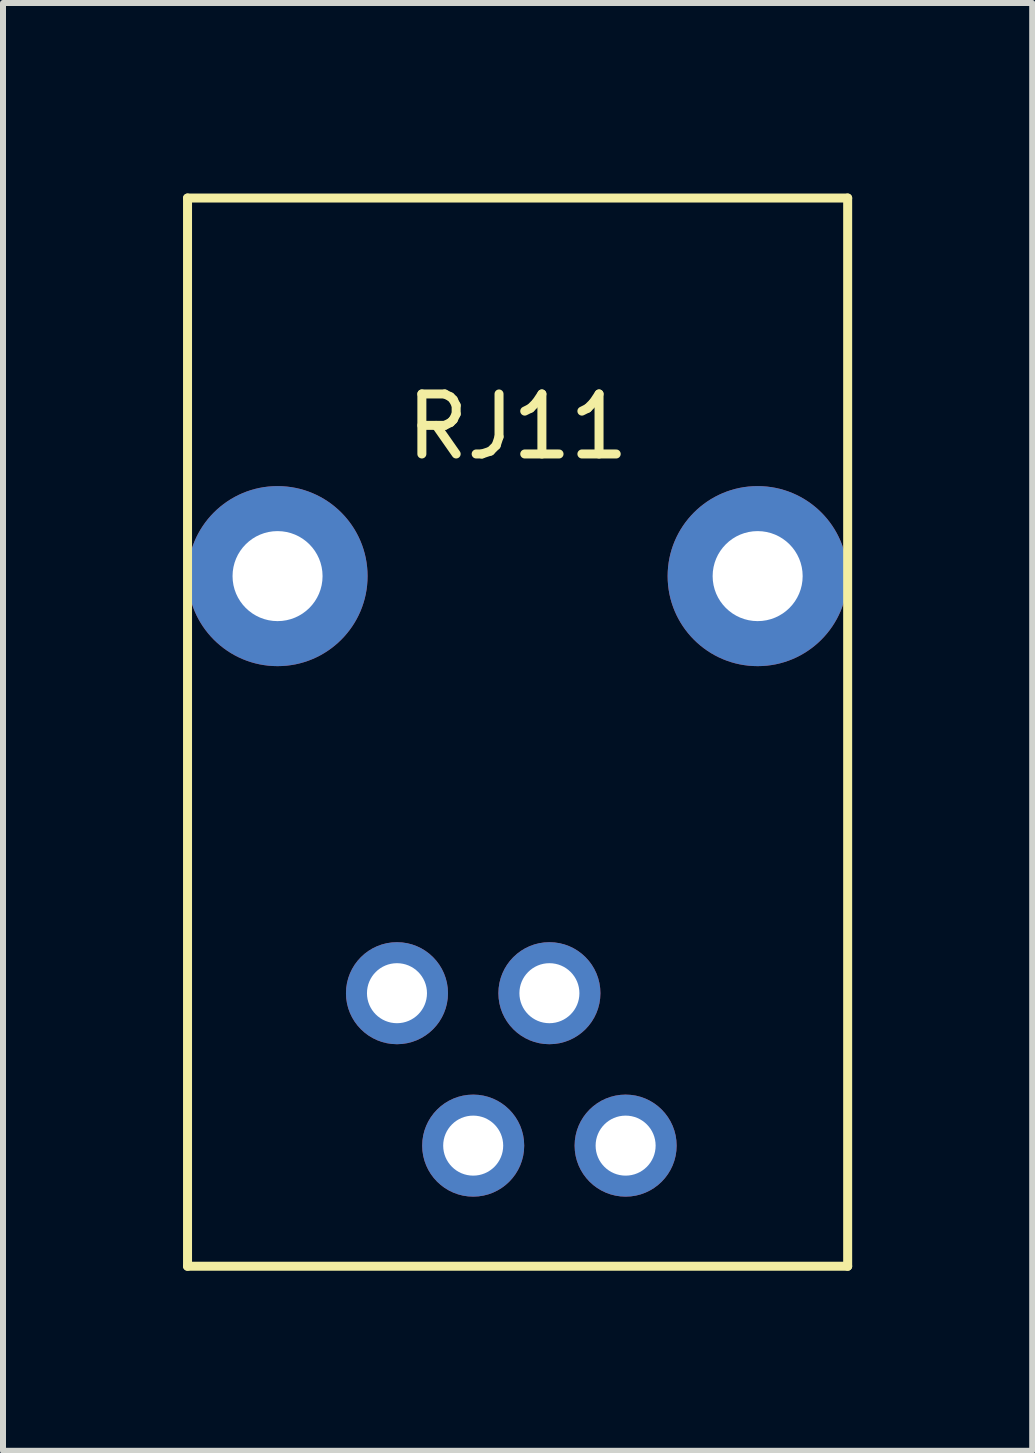
<source format=kicad_pcb>
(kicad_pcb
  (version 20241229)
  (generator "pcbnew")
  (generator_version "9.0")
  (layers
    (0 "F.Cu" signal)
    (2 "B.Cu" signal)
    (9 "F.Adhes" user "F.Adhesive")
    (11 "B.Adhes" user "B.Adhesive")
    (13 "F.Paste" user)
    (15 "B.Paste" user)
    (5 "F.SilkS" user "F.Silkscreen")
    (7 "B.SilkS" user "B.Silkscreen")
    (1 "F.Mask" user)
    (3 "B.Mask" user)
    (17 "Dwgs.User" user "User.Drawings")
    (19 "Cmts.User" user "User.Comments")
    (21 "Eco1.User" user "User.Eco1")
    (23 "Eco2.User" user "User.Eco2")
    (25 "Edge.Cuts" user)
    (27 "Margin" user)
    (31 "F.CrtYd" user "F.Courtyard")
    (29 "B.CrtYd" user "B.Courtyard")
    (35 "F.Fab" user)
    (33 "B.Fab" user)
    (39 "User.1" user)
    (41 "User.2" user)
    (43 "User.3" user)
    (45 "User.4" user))
  (footprint "RJ11"
    (layer "F.Cu")
    (at 5.575 0.25)
    (property "Reference" "RJ11" (at 0 3.81 0) (layer "F.SilkS") (effects (font (size 1 1) (thickness 0.15))))
    (attr through_hole)
    (fp_line (start -5.5 0) (end -5.5 17.8) (stroke (width 0.15) (type solid)) (layer "F.SilkS"))
    (fp_line (start -5.5 17.8) (end 5.5 17.8) (stroke (width 0.15) (type solid)) (layer "F.SilkS"))
    (fp_line (start 5.5 0) (end -5.5 0) (stroke (width 0.15) (type solid)) (layer "F.SilkS"))
    (fp_line (start 5.5 17.8) (end 5.5 0) (stroke (width 0.15) (type solid)) (layer "F.SilkS"))
    (pad "1" thru_hole circle (at -2.01 13.25) (size 1.7 1.7) (drill 1) (layers "*.Cu" "*.Mask"))
    (pad "2" thru_hole circle (at 0.53 13.25) (size 1.7 1.7) (drill 1) (layers "*.Cu" "*.Mask"))
    (pad "3" thru_hole circle (at -0.74 15.79) (size 1.7 1.7) (drill 1) (layers "*.Cu" "*.Mask"))
    (pad "4" thru_hole circle (at 1.8 15.79) (size 1.7 1.7) (drill 1) (layers "*.Cu" "*.Mask"))
    (pad "5" thru_hole circle (at -4 6.3) (size 3 3) (drill 1.5) (layers "*.Cu" "*.Mask"))
    (pad "6" thru_hole circle (at 4 6.3) (size 3 3) (drill 1.5) (layers "*.Cu" "*.Mask")))
  (gr_rect
    (start -3 -3)
    (end 14.15 21.125)
    (stroke (width 0.1) (type default))
    (fill no)
    (layer "Edge.Cuts")))
</source>
